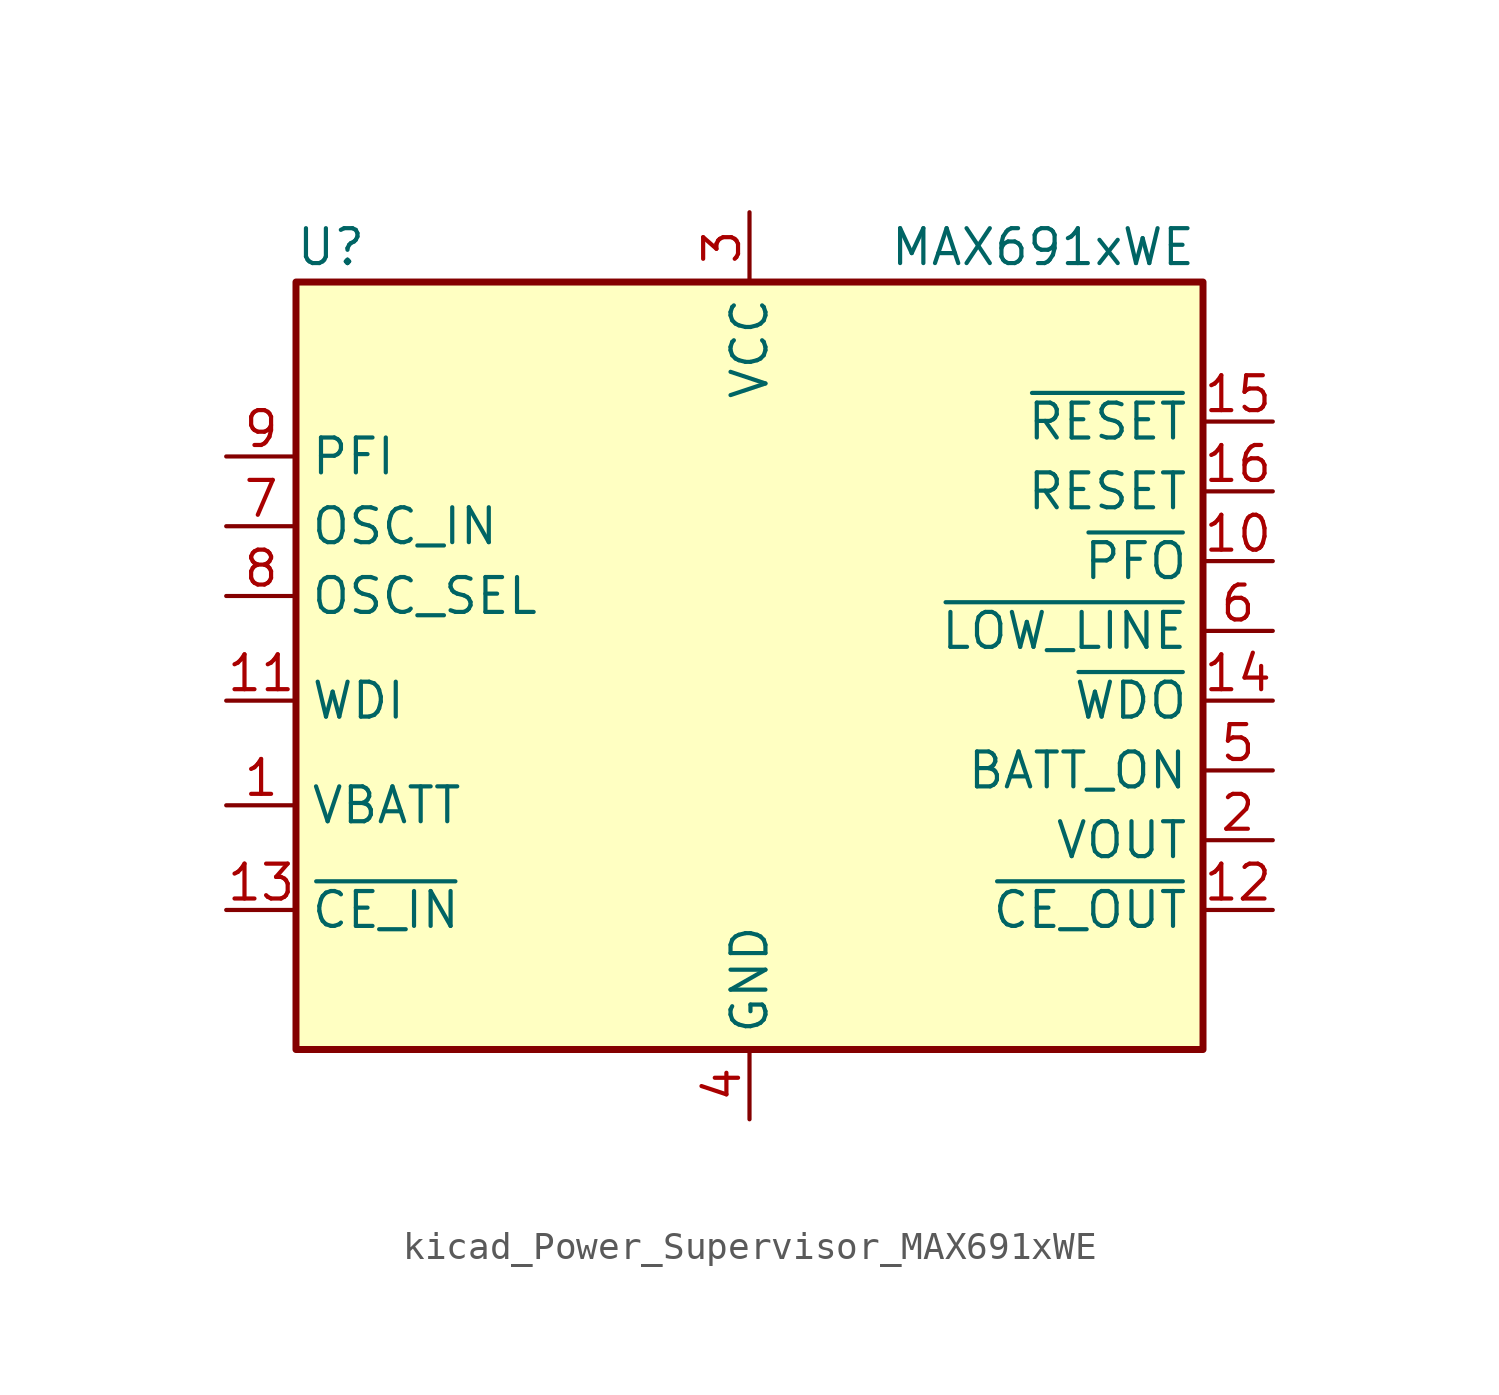
<source format=kicad_sym>
(kicad_symbol_lib
  (version 20220914)
  (generator kicad_symbol_editor)
  (symbol "kicad_Power_Supervisor_MAX691xWE"
    (property "Reference" "U"
      (at -15.24 13.97 0)
      (effects (font (size 1.27 1.27))))
    (property "Value" "MAX691xWE"
      (at 5.08 13.97 0)
      (effects (font (size 1.27 1.27)) (justify left)))
    (symbol "kicad_Power_Supervisor_MAX691xWE_0_1"
      (rectangle (start 16.51 12.7) (end -16.51 -15.24) (stroke (width 0.254) (type default)) (fill (type background))))
    (symbol "kicad_Power_Supervisor_MAX691xWE_1_1"
      (pin power_in line (at -19.05 -6.35 0) (length 2.54) (name "VBATT" (effects (font (size 1.27 1.27)))) (number "1" (effects (font (size 1.27 1.27)))))
      (pin output line (at 19.05 2.54 180) (length 2.54) (name "~{PFO}" (effects (font (size 1.27 1.27)))) (number "10" (effects (font (size 1.27 1.27)))))
      (pin input line (at -19.05 -2.54 0) (length 2.54) (name "WDI" (effects (font (size 1.27 1.27)))) (number "11" (effects (font (size 1.27 1.27)))))
      (pin output line (at 19.05 -10.16 180) (length 2.54) (name "~{CE_OUT}" (effects (font (size 1.27 1.27)))) (number "12" (effects (font (size 1.27 1.27)))))
      (pin input line (at -19.05 -10.16 0) (length 2.54) (name "~{CE_IN}" (effects (font (size 1.27 1.27)))) (number "13" (effects (font (size 1.27 1.27)))))
      (pin output line (at 19.05 -2.54 180) (length 2.54) (name "~{WDO}" (effects (font (size 1.27 1.27)))) (number "14" (effects (font (size 1.27 1.27)))))
      (pin output line (at 19.05 7.62 180) (length 2.54) (name "~{RESET}" (effects (font (size 1.27 1.27)))) (number "15" (effects (font (size 1.27 1.27)))))
      (pin output line (at 19.05 5.08 180) (length 2.54) (name "RESET" (effects (font (size 1.27 1.27)))) (number "16" (effects (font (size 1.27 1.27)))))
      (pin power_out line (at 19.05 -7.62 180) (length 2.54) (name "VOUT" (effects (font (size 1.27 1.27)))) (number "2" (effects (font (size 1.27 1.27)))))
      (pin power_in line (at 0 15.24 270) (length 2.54) (name "VCC" (effects (font (size 1.27 1.27)))) (number "3" (effects (font (size 1.27 1.27)))))
      (pin power_in line (at 0 -17.78 90) (length 2.54) (name "GND" (effects (font (size 1.27 1.27)))) (number "4" (effects (font (size 1.27 1.27)))))
      (pin output line (at 19.05 -5.08 180) (length 2.54) (name "BATT_ON" (effects (font (size 1.27 1.27)))) (number "5" (effects (font (size 1.27 1.27)))))
      (pin output line (at 19.05 0 180) (length 2.54) (name "~{LOW_LINE}" (effects (font (size 1.27 1.27)))) (number "6" (effects (font (size 1.27 1.27)))))
      (pin input line (at -19.05 3.81 0) (length 2.54) (name "OSC_IN" (effects (font (size 1.27 1.27)))) (number "7" (effects (font (size 1.27 1.27)))))
      (pin input line (at -19.05 1.27 0) (length 2.54) (name "OSC_SEL" (effects (font (size 1.27 1.27)))) (number "8" (effects (font (size 1.27 1.27)))))
      (pin input line (at -19.05 6.35 0) (length 2.54) (name "PFI" (effects (font (size 1.27 1.27)))) (number "9" (effects (font (size 1.27 1.27))))))))
</source>
